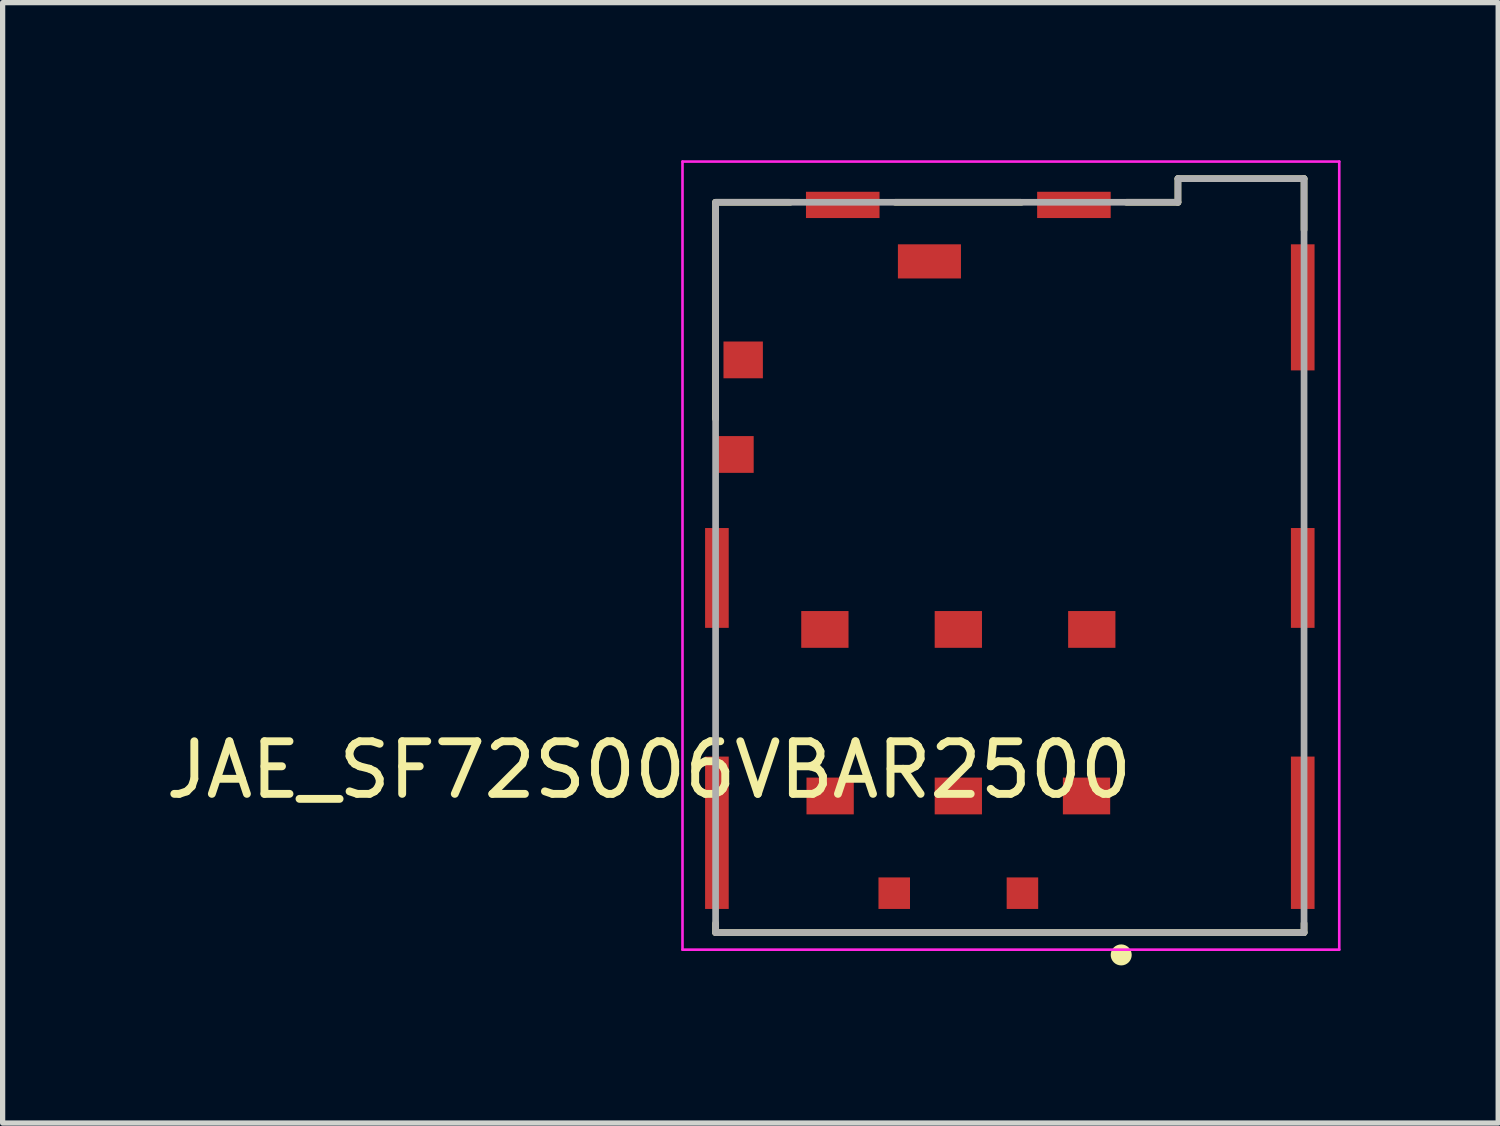
<source format=kicad_pcb>
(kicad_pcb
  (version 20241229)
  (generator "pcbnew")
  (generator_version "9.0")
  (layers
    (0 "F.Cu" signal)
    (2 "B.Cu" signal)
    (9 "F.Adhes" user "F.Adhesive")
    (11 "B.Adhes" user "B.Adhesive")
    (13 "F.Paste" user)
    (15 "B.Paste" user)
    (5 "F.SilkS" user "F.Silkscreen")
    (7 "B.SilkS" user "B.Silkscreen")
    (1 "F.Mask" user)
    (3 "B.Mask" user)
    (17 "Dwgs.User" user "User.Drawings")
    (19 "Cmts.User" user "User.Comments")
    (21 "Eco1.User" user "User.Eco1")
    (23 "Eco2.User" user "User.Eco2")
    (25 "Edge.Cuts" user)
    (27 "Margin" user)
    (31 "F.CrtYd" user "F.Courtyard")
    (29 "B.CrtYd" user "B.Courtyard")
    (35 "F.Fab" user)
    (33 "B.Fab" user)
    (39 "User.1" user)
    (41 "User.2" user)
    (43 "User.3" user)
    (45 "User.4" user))
  (footprint "JAE_SF72S006VBAR2500"
    (layer "F.Cu")
    (at 15.19 7.525)
    (property "Reference" "JAE_SF72S006VBAR2500" (at -5.89 4.079 180) (layer "F.SilkS") (effects (font (size 1.001 1.001) (thickness 0.15))))
    (attr smd)
    (fp_line (start -4.62 -6.725) (end -3.2 -6.725) (stroke (width 0.127) (type solid)) (layer "F.SilkS"))
    (fp_line (start -4.62 -2.6) (end -4.62 -6.725) (stroke (width 0.127) (type solid)) (layer "F.SilkS"))
    (fp_line (start -4.62 7) (end -4.62 7.175) (stroke (width 0.127) (type solid)) (layer "F.SilkS"))
    (fp_line (start -4.62 7.175) (end 6.58 7.175) (stroke (width 0.127) (type solid)) (layer "F.SilkS"))
    (fp_line (start -1.2 -6.725) (end 1.2 -6.725) (stroke (width 0.127) (type solid)) (layer "F.SilkS"))
    (fp_line (start 3.2 -6.725) (end 4.18 -6.725) (stroke (width 0.127) (type solid)) (layer "F.SilkS"))
    (fp_line (start 4.18 -7.175) (end 6.58 -7.175) (stroke (width 0.127) (type solid)) (layer "F.SilkS"))
    (fp_line (start 4.18 -6.725) (end 4.18 -7.175) (stroke (width 0.127) (type solid)) (layer "F.SilkS"))
    (fp_line (start 6.58 -7.175) (end 6.58 -6.2) (stroke (width 0.127) (type solid)) (layer "F.SilkS"))
    (fp_line (start 6.58 7.175) (end 6.58 7) (stroke (width 0.127) (type solid)) (layer "F.SilkS"))
    (fp_circle (center 3.1 7.6) (end 3.2 7.6) (stroke (width 0.2) (type solid)) (fill no) (layer "F.SilkS"))
    (fp_line (start -5.25 -7.5) (end 7.25 -7.5) (stroke (width 0.05) (type solid)) (layer "F.CrtYd"))
    (fp_line (start -5.25 7.5) (end -5.25 -7.5) (stroke (width 0.05) (type solid)) (layer "F.CrtYd"))
    (fp_line (start 7.25 -7.5) (end 7.25 7.5) (stroke (width 0.05) (type solid)) (layer "F.CrtYd"))
    (fp_line (start 7.25 7.5) (end -5.25 7.5) (stroke (width 0.05) (type solid)) (layer "F.CrtYd"))
    (fp_line (start -4.62 -6.725) (end -4.62 7.175) (stroke (width 0.127) (type solid)) (layer "F.Fab"))
    (fp_line (start -4.62 7.175) (end 6.58 7.175) (stroke (width 0.127) (type solid)) (layer "F.Fab"))
    (fp_line (start 4.18 -7.175) (end 4.18 -6.725) (stroke (width 0.127) (type solid)) (layer "F.Fab"))
    (fp_line (start 4.18 -6.725) (end -4.62 -6.725) (stroke (width 0.127) (type solid)) (layer "F.Fab"))
    (fp_line (start 6.58 -7.175) (end 4.18 -7.175) (stroke (width 0.127) (type solid)) (layer "F.Fab"))
    (fp_line (start 6.58 7.175) (end 6.58 -7.175) (stroke (width 0.127) (type solid)) (layer "F.Fab"))
    (pad "C1" smd rect (at 2.44 4.575) (size 0.9 0.7) (layers "F.Cu" "F.Mask" "F.Paste"))
    (pad "C2" smd rect (at 0 4.575) (size 0.9 0.7) (layers "F.Cu" "F.Mask" "F.Paste"))
    (pad "C3" smd rect (at -2.44 4.575) (size 0.9 0.7) (layers "F.Cu" "F.Mask" "F.Paste"))
    (pad "C5" smd rect (at 2.54 1.405) (size 0.9 0.7) (layers "F.Cu" "F.Mask" "F.Paste"))
    (pad "C6" smd rect (at 0 1.405) (size 0.9 0.7) (layers "F.Cu" "F.Mask" "F.Paste"))
    (pad "C7" smd rect (at -2.54 1.405) (size 0.9 0.7) (layers "F.Cu" "F.Mask" "F.Paste"))
    (pad "CSW" smd rect (at -4.245 -1.925) (size 0.7 0.7) (layers "F.Cu" "F.Mask" "F.Paste"))
    (pad "DSW" smd rect (at -0.55 -5.6) (size 1.2 0.65) (layers "F.Cu" "F.Mask" "F.Paste"))
    (pad "G1" smd rect (at -4.595 5.275) (size 0.45 2.9) (layers "F.Cu" "F.Mask" "F.Paste"))
    (pad "G2" smd rect (at -4.595 0.425) (size 0.45 1.9) (layers "F.Cu" "F.Mask" "F.Paste"))
    (pad "G3" smd rect (at -4.095 -3.725) (size 0.75 0.7) (layers "F.Cu" "F.Mask" "F.Paste"))
    (pad "G4" smd rect (at -2.2 -6.675) (size 1.4 0.5) (layers "F.Cu" "F.Mask" "F.Paste"))
    (pad "G5" smd rect (at 2.2 -6.675) (size 1.4 0.5) (layers "F.Cu" "F.Mask" "F.Paste"))
    (pad "G6" smd rect (at 6.555 -4.725) (size 0.45 2.4) (layers "F.Cu" "F.Mask" "F.Paste"))
    (pad "G7" smd rect (at 6.555 0.425) (size 0.45 1.9) (layers "F.Cu" "F.Mask" "F.Paste"))
    (pad "G8" smd rect (at 6.555 5.275) (size 0.45 2.9) (layers "F.Cu" "F.Mask" "F.Paste"))
    (pad "G9" smd rect (at 1.22 6.425) (size 0.6 0.6) (layers "F.Cu" "F.Mask" "F.Paste"))
    (pad "G10" smd rect (at -1.22 6.425) (size 0.6 0.6) (layers "F.Cu" "F.Mask" "F.Paste"))
    (zone (net_name "") (layer "F.Cu") (hatch full 0.508) (connect_pads) (min_thickness 0.001) (filled_areas_thickness no) (keepout (tracks not_allowed) (vias not_allowed) (pads not_allowed) (copperpour not_allowed) (footprints allowed)) (placement (enabled no)) (fill) (polygon (pts (xy 13.39 1.65) (xy 13.49 1.65) (xy 13.49 4.35) (xy 18.04 4.35) (xy 18.04 1.65) (xy 18.29 1.65) (xy 18.29 4.85) (xy 13.39 4.85))))
    (zone (net_name "") (layer "F.Cu") (hatch full 0.508) (connect_pads) (min_thickness 0.001) (filled_areas_thickness no) (keepout (tracks not_allowed) (vias not_allowed) (pads not_allowed) (copperpour not_allowed) (footprints allowed)) (placement (enabled no)) (fill) (polygon (pts (xy 11.69 13.75) (xy 13.67 13.75) (xy 13.67 14.25) (xy 14.27 14.25) (xy 14.27 13.75) (xy 16.11 13.75) (xy 16.11 14.25) (xy 16.71 14.25) (xy 16.71 13.75) (xy 18.69 13.75) (xy 18.69 14.7) (xy 11.69 14.7))))
    (zone (net_name "") (layer "F.Cu") (hatch full 0.508) (connect_pads) (min_thickness 0.001) (filled_areas_thickness no) (keepout (tracks not_allowed) (vias not_allowed) (pads not_allowed) (copperpour not_allowed) (footprints allowed)) (placement (enabled no)) (fill) (polygon (pts (xy 12.2 9.28) (xy 11.69 9.28) (xy 11.69 5.2) (xy 18.69 5.2) (xy 18.69 9.28) (xy 18.18 9.28) (xy 18.18 7.4) (xy 17.88 6.1) (xy 17.58 6.1) (xy 17.28 7.4) (xy 17.28 9.28) (xy 15.64 9.28) (xy 15.64 7.395) (xy 15.34 6.1) (xy 15.04 6.1) (xy 14.74 7.4) (xy 14.74 9.28) (xy 13.1 9.28) (xy 13.1 7.4) (xy 12.8 6.1) (xy 12.5 6.1) (xy 12.2 7.4))))
    (zone (net_name "") (layer "F.Cu") (hatch full 0.508) (connect_pads) (min_thickness 0.001) (filled_areas_thickness no) (keepout (tracks not_allowed) (vias not_allowed) (pads not_allowed) (copperpour not_allowed) (footprints allowed)) (placement (enabled no)) (fill) (polygon (pts (xy 12.025 13.75) (xy 12.025 10.5) (xy 13.475 10.5) (xy 13.475 13.75) (xy 13.67 13.75) (xy 13.67 13.65) (xy 14.27 13.65) (xy 14.27 13.75) (xy 14.465 13.75) (xy 14.465 10.5) (xy 15.915 10.5) (xy 15.915 13.75) (xy 16.11 13.75) (xy 16.11 13.65) (xy 16.71 13.65) (xy 16.71 13.75) (xy 16.905 13.75) (xy 16.905 10.5) (xy 18.355 10.5) (xy 18.355 13.75) (xy 18.69 13.75) (xy 18.69 9.28) (xy 11.69 9.28) (xy 11.69 13.75))))
    (zone (net_name "") (layers "F.Cu" "B.Cu") (hatch full 0.508) (connect_pads) (min_thickness 0.001) (filled_areas_thickness no) (keepout (tracks allowed) (vias not_allowed) (pads allowed) (copperpour allowed) (footprints allowed)) (placement (enabled no)) (fill) (polygon (pts (xy 13.39 1.65) (xy 13.49 1.65) (xy 13.49 4.35) (xy 18.04 4.35) (xy 18.04 1.65) (xy 18.29 1.65) (xy 18.29 4.85) (xy 13.39 4.85))))
    (zone (net_name "") (layers "F.Cu" "B.Cu") (hatch full 0.508) (connect_pads) (min_thickness 0.001) (filled_areas_thickness no) (keepout (tracks allowed) (vias not_allowed) (pads allowed) (copperpour allowed) (footprints allowed)) (placement (enabled no)) (fill) (polygon (pts (xy 12.025 13.75) (xy 13.67 13.75) (xy 13.67 14.25) (xy 14.27 14.25) (xy 14.27 13.75) (xy 16.11 13.75) (xy 16.11 14.25) (xy 16.71 14.25) (xy 16.71 13.75) (xy 18.69 13.75) (xy 18.69 14.7) (xy 11.69 14.7) (xy 11.69 13.75))))
    (zone (net_name "") (layers "F.Cu" "B.Cu") (hatch full 0.508) (connect_pads) (min_thickness 0.001) (filled_areas_thickness no) (keepout (tracks allowed) (vias not_allowed) (pads allowed) (copperpour allowed) (footprints allowed)) (placement (enabled no)) (fill) (polygon (pts (xy 12.2 9.28) (xy 11.69 9.28) (xy 11.69 5.2) (xy 18.69 5.2) (xy 18.69 9.28) (xy 18.18 9.28) (xy 18.18 7.4) (xy 17.88 6.1) (xy 17.58 6.1) (xy 17.28 7.4) (xy 17.28 9.28) (xy 15.64 9.28) (xy 15.64 7.395) (xy 15.34 6.1) (xy 15.04 6.1) (xy 14.74 7.4) (xy 14.74 9.28) (xy 13.1 9.28) (xy 13.1 7.4) (xy 12.8 6.1) (xy 12.5 6.1) (xy 12.2 7.4))))
    (zone (net_name "") (layers "F.Cu" "B.Cu") (hatch full 0.508) (connect_pads) (min_thickness 0.001) (filled_areas_thickness no) (keepout (tracks allowed) (vias not_allowed) (pads allowed) (copperpour allowed) (footprints allowed)) (placement (enabled no)) (fill) (polygon (pts (xy 12.025 13.75) (xy 12.025 10.5) (xy 13.475 10.5) (xy 13.475 13.75) (xy 13.67 13.75) (xy 13.67 13.65) (xy 14.27 13.65) (xy 14.27 13.75) (xy 14.465 13.75) (xy 14.465 10.5) (xy 15.915 10.5) (xy 15.915 13.75) (xy 16.11 13.75) (xy 16.11 13.65) (xy 16.71 13.65) (xy 16.71 13.75) (xy 16.905 13.75) (xy 16.905 10.5) (xy 18.355 10.5) (xy 18.355 13.75) (xy 18.69 13.75) (xy 18.69 9.28) (xy 11.69 9.28) (xy 11.69 13.75))))
    (zone (net_name "") (layer "B.Cu") (hatch full 0.508) (connect_pads) (min_thickness 0.001) (filled_areas_thickness no) (keepout (tracks not_allowed) (vias not_allowed) (pads not_allowed) (copperpour not_allowed) (footprints allowed)) (placement (enabled no)) (fill) (polygon (pts (xy 13.39 1.65) (xy 13.49 1.65) (xy 13.49 4.35) (xy 18.04 4.35) (xy 18.04 1.65) (xy 18.29 1.65) (xy 18.29 4.85) (xy 13.39 4.85))))
    (zone (net_name "") (layer "B.Cu") (hatch full 0.508) (connect_pads) (min_thickness 0.001) (filled_areas_thickness no) (keepout (tracks not_allowed) (vias not_allowed) (pads not_allowed) (copperpour not_allowed) (footprints allowed)) (placement (enabled no)) (fill) (polygon (pts (xy 11.69 13.75) (xy 13.67 13.75) (xy 13.67 14.25) (xy 14.27 14.25) (xy 14.27 13.75) (xy 16.11 13.75) (xy 16.11 14.25) (xy 16.71 14.25) (xy 16.71 13.75) (xy 18.69 13.75) (xy 18.69 14.7) (xy 11.69 14.7))))
    (zone (net_name "") (layer "B.Cu") (hatch full 0.508) (connect_pads) (min_thickness 0.001) (filled_areas_thickness no) (keepout (tracks not_allowed) (vias not_allowed) (pads not_allowed) (copperpour not_allowed) (footprints allowed)) (placement (enabled no)) (fill) (polygon (pts (xy 12.2 9.28) (xy 11.69 9.28) (xy 11.69 5.2) (xy 18.69 5.2) (xy 18.69 9.28) (xy 18.18 9.28) (xy 18.18 7.4) (xy 17.88 6.1) (xy 17.58 6.1) (xy 17.28 7.4) (xy 17.28 9.28) (xy 15.64 9.28) (xy 15.64 7.395) (xy 15.34 6.1) (xy 15.04 6.1) (xy 14.74 7.4) (xy 14.74 9.28) (xy 13.1 9.28) (xy 13.1 7.4) (xy 12.8 6.1) (xy 12.5 6.1) (xy 12.2 7.4))))
    (zone (net_name "") (layer "B.Cu") (hatch full 0.508) (connect_pads) (min_thickness 0.001) (filled_areas_thickness no) (keepout (tracks not_allowed) (vias not_allowed) (pads not_allowed) (copperpour not_allowed) (footprints allowed)) (placement (enabled no)) (fill) (polygon (pts (xy 12.025 13.75) (xy 12.025 10.5) (xy 13.475 10.5) (xy 13.475 13.75) (xy 13.67 13.75) (xy 13.67 13.65) (xy 14.27 13.65) (xy 14.27 13.75) (xy 14.465 13.75) (xy 14.465 10.5) (xy 15.915 10.5) (xy 15.915 13.75) (xy 16.11 13.75) (xy 16.11 13.65) (xy 16.71 13.65) (xy 16.71 13.75) (xy 16.905 13.75) (xy 16.905 10.5) (xy 18.355 10.5) (xy 18.355 13.75) (xy 18.69 13.75) (xy 18.69 9.28) (xy 11.69 9.28) (xy 11.69 13.75)))))
  (gr_rect
    (start -3 -3)
    (end 25.465 18.325)
    (stroke (width 0.1) (type default))
    (fill no)
    (layer "Edge.Cuts")))
</source>
